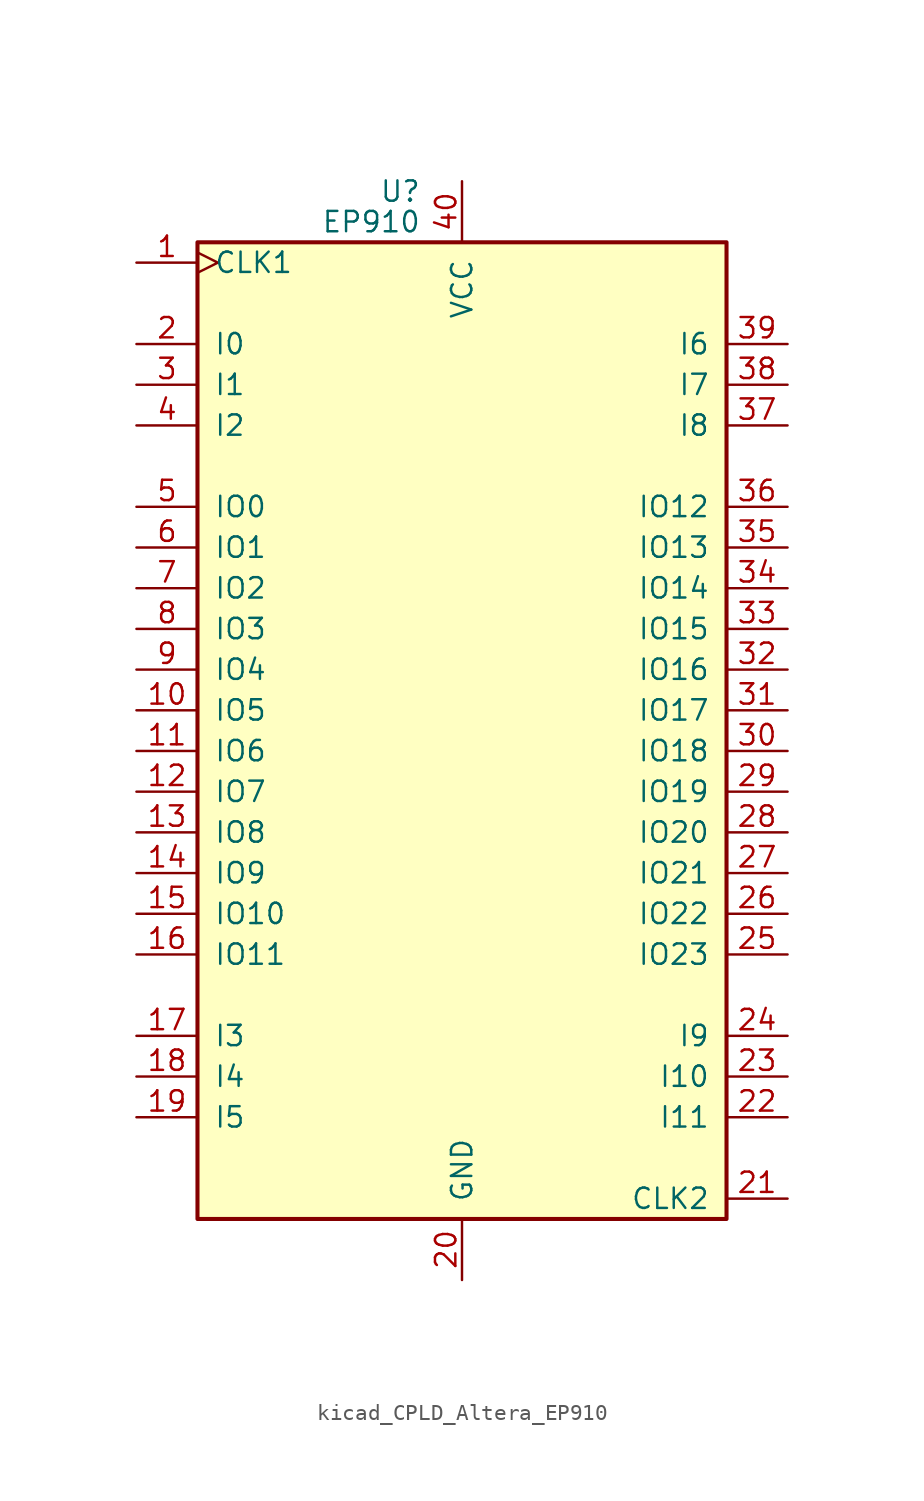
<source format=kicad_sym>
(kicad_symbol_lib
  (version 20220914)
  (generator kicad_symbol_editor)
  (symbol "kicad_CPLD_Altera_EP910"
    (pin_names
      (offset 1.016))
    (property "Reference" "U"
      (at -2.54 32.385 0)
      (effects (font (size 1.27 1.27)) (justify right)))
    (property "Value" "EP910"
      (at -2.54 30.48 0)
      (effects (font (size 1.27 1.27)) (justify right)))
    (symbol "kicad_CPLD_Altera_EP910_0_1"
      (rectangle (start -16.51 -31.75) (end 16.51 29.21) (stroke (width 0.254) (type default)) (fill (type background))))
    (symbol "kicad_CPLD_Altera_EP910_1_1"
      (pin input clock (at -20.32 27.94 0) (length 3.81) (name "CLK1" (effects (font (size 1.27 1.27)))) (number "1" (effects (font (size 1.27 1.27)))))
      (pin input line (at -20.32 0 0) (length 3.81) (name "IO5" (effects (font (size 1.27 1.27)))) (number "10" (effects (font (size 1.27 1.27)))))
      (pin input line (at -20.32 -2.54 0) (length 3.81) (name "IO6" (effects (font (size 1.27 1.27)))) (number "11" (effects (font (size 1.27 1.27)))))
      (pin input line (at -20.32 -5.08 0) (length 3.81) (name "IO7" (effects (font (size 1.27 1.27)))) (number "12" (effects (font (size 1.27 1.27)))))
      (pin input line (at -20.32 -7.62 0) (length 3.81) (name "IO8" (effects (font (size 1.27 1.27)))) (number "13" (effects (font (size 1.27 1.27)))))
      (pin input line (at -20.32 -10.16 0) (length 3.81) (name "IO9" (effects (font (size 1.27 1.27)))) (number "14" (effects (font (size 1.27 1.27)))))
      (pin input line (at -20.32 -12.7 0) (length 3.81) (name "IO10" (effects (font (size 1.27 1.27)))) (number "15" (effects (font (size 1.27 1.27)))))
      (pin input line (at -20.32 -15.24 0) (length 3.81) (name "IO11" (effects (font (size 1.27 1.27)))) (number "16" (effects (font (size 1.27 1.27)))))
      (pin input line (at -20.32 -20.32 0) (length 3.81) (name "I3" (effects (font (size 1.27 1.27)))) (number "17" (effects (font (size 1.27 1.27)))))
      (pin input line (at -20.32 -22.86 0) (length 3.81) (name "I4" (effects (font (size 1.27 1.27)))) (number "18" (effects (font (size 1.27 1.27)))))
      (pin input line (at -20.32 -25.4 0) (length 3.81) (name "I5" (effects (font (size 1.27 1.27)))) (number "19" (effects (font (size 1.27 1.27)))))
      (pin input line (at -20.32 22.86 0) (length 3.81) (name "I0" (effects (font (size 1.27 1.27)))) (number "2" (effects (font (size 1.27 1.27)))))
      (pin power_in line (at 0 -35.56 90) (length 3.81) (name "GND" (effects (font (size 1.27 1.27)))) (number "20" (effects (font (size 1.27 1.27)))))
      (pin input line (at 20.32 -30.48 180) (length 3.81) (name "CLK2" (effects (font (size 1.27 1.27)))) (number "21" (effects (font (size 1.27 1.27)))))
      (pin input line (at 20.32 -25.4 180) (length 3.81) (name "I11" (effects (font (size 1.27 1.27)))) (number "22" (effects (font (size 1.27 1.27)))))
      (pin input line (at 20.32 -22.86 180) (length 3.81) (name "I10" (effects (font (size 1.27 1.27)))) (number "23" (effects (font (size 1.27 1.27)))))
      (pin input line (at 20.32 -20.32 180) (length 3.81) (name "I9" (effects (font (size 1.27 1.27)))) (number "24" (effects (font (size 1.27 1.27)))))
      (pin input line (at 20.32 -15.24 180) (length 3.81) (name "IO23" (effects (font (size 1.27 1.27)))) (number "25" (effects (font (size 1.27 1.27)))))
      (pin input line (at 20.32 -12.7 180) (length 3.81) (name "IO22" (effects (font (size 1.27 1.27)))) (number "26" (effects (font (size 1.27 1.27)))))
      (pin input line (at 20.32 -10.16 180) (length 3.81) (name "IO21" (effects (font (size 1.27 1.27)))) (number "27" (effects (font (size 1.27 1.27)))))
      (pin input line (at 20.32 -7.62 180) (length 3.81) (name "IO20" (effects (font (size 1.27 1.27)))) (number "28" (effects (font (size 1.27 1.27)))))
      (pin input line (at 20.32 -5.08 180) (length 3.81) (name "IO19" (effects (font (size 1.27 1.27)))) (number "29" (effects (font (size 1.27 1.27)))))
      (pin input line (at -20.32 20.32 0) (length 3.81) (name "I1" (effects (font (size 1.27 1.27)))) (number "3" (effects (font (size 1.27 1.27)))))
      (pin input line (at 20.32 -2.54 180) (length 3.81) (name "IO18" (effects (font (size 1.27 1.27)))) (number "30" (effects (font (size 1.27 1.27)))))
      (pin input line (at 20.32 0 180) (length 3.81) (name "IO17" (effects (font (size 1.27 1.27)))) (number "31" (effects (font (size 1.27 1.27)))))
      (pin input line (at 20.32 2.54 180) (length 3.81) (name "IO16" (effects (font (size 1.27 1.27)))) (number "32" (effects (font (size 1.27 1.27)))))
      (pin input line (at 20.32 5.08 180) (length 3.81) (name "IO15" (effects (font (size 1.27 1.27)))) (number "33" (effects (font (size 1.27 1.27)))))
      (pin input line (at 20.32 7.62 180) (length 3.81) (name "IO14" (effects (font (size 1.27 1.27)))) (number "34" (effects (font (size 1.27 1.27)))))
      (pin input line (at 20.32 10.16 180) (length 3.81) (name "IO13" (effects (font (size 1.27 1.27)))) (number "35" (effects (font (size 1.27 1.27)))))
      (pin input line (at 20.32 12.7 180) (length 3.81) (name "IO12" (effects (font (size 1.27 1.27)))) (number "36" (effects (font (size 1.27 1.27)))))
      (pin input line (at 20.32 17.78 180) (length 3.81) (name "I8" (effects (font (size 1.27 1.27)))) (number "37" (effects (font (size 1.27 1.27)))))
      (pin input line (at 20.32 20.32 180) (length 3.81) (name "I7" (effects (font (size 1.27 1.27)))) (number "38" (effects (font (size 1.27 1.27)))))
      (pin input line (at 20.32 22.86 180) (length 3.81) (name "I6" (effects (font (size 1.27 1.27)))) (number "39" (effects (font (size 1.27 1.27)))))
      (pin input line (at -20.32 17.78 0) (length 3.81) (name "I2" (effects (font (size 1.27 1.27)))) (number "4" (effects (font (size 1.27 1.27)))))
      (pin power_in line (at 0 33.02 270) (length 3.81) (name "VCC" (effects (font (size 1.27 1.27)))) (number "40" (effects (font (size 1.27 1.27)))))
      (pin input line (at -20.32 12.7 0) (length 3.81) (name "IO0" (effects (font (size 1.27 1.27)))) (number "5" (effects (font (size 1.27 1.27)))))
      (pin input line (at -20.32 10.16 0) (length 3.81) (name "IO1" (effects (font (size 1.27 1.27)))) (number "6" (effects (font (size 1.27 1.27)))))
      (pin input line (at -20.32 7.62 0) (length 3.81) (name "IO2" (effects (font (size 1.27 1.27)))) (number "7" (effects (font (size 1.27 1.27)))))
      (pin input line (at -20.32 5.08 0) (length 3.81) (name "IO3" (effects (font (size 1.27 1.27)))) (number "8" (effects (font (size 1.27 1.27)))))
      (pin input line (at -20.32 2.54 0) (length 3.81) (name "IO4" (effects (font (size 1.27 1.27)))) (number "9" (effects (font (size 1.27 1.27))))))))
</source>
